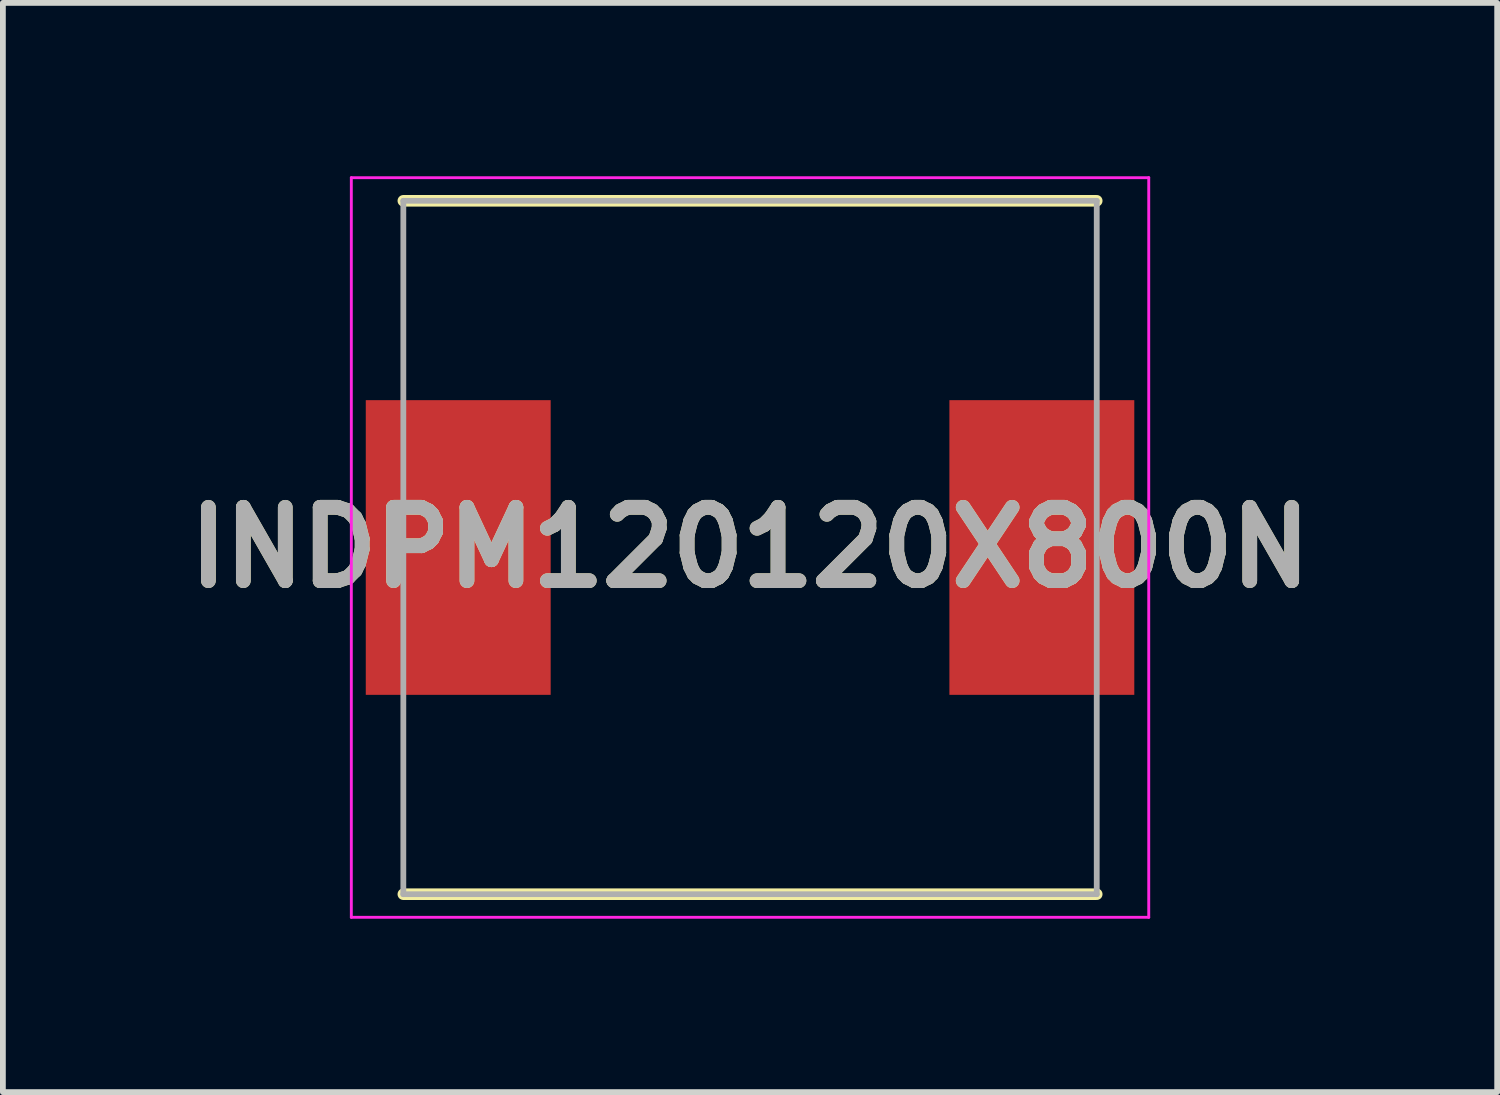
<source format=kicad_pcb>
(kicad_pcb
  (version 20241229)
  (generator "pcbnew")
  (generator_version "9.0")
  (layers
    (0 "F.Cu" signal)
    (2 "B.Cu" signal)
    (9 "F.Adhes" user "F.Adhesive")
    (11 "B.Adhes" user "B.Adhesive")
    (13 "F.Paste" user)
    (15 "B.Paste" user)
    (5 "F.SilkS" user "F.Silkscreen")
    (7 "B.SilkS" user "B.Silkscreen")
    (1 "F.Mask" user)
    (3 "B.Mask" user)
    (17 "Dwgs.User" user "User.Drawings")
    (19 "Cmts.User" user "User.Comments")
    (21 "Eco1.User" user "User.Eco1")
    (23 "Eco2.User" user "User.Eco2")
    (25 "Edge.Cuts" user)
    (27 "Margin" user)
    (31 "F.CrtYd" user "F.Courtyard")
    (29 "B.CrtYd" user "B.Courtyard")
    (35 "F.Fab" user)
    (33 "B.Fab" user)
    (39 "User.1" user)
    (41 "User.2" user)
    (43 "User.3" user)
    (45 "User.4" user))
  (footprint "INDPM120120X800N"
    (layer "F.Cu")
    (at 9.93 6.425)
    (property "Reference" "INDPM120120X800N" (at 0 0 0) (layer "F.SilkS") (effects (font (size 1.27 1.27) (thickness 0.254))))
    (attr smd)
    (fp_line (start -6 6) (end 6 6) (stroke (width 0.2) (type solid)) (layer "F.SilkS"))
    (fp_line (start 6 -6) (end -6 -6) (stroke (width 0.2) (type solid)) (layer "F.SilkS"))
    (fp_line (start -6.9 -6.4) (end 6.9 -6.4) (stroke (width 0.05) (type solid)) (layer "F.CrtYd"))
    (fp_line (start -6.9 6.4) (end -6.9 -6.4) (stroke (width 0.05) (type solid)) (layer "F.CrtYd"))
    (fp_line (start 6.9 -6.4) (end 6.9 6.4) (stroke (width 0.05) (type solid)) (layer "F.CrtYd"))
    (fp_line (start 6.9 6.4) (end -6.9 6.4) (stroke (width 0.05) (type solid)) (layer "F.CrtYd"))
    (fp_line (start -6 -6) (end 6 -6) (stroke (width 0.1) (type solid)) (layer "F.Fab"))
    (fp_line (start -6 6) (end -6 -6) (stroke (width 0.1) (type solid)) (layer "F.Fab"))
    (fp_line (start 6 -6) (end 6 6) (stroke (width 0.1) (type solid)) (layer "F.Fab"))
    (fp_line (start 6 6) (end -6 6) (stroke (width 0.1) (type solid)) (layer "F.Fab"))
    (fp_text user "${REFERENCE}" (at 0 0 0) (layer "F.Fab") (effects (font (size 1.27 1.27) (thickness 0.254))))
    (pad "1" smd rect (at -5.05 0) (size 3.2 5.1) (layers "F.Cu" "F.Mask" "F.Paste"))
    (pad "2" smd rect (at 5.05 0) (size 3.2 5.1) (layers "F.Cu" "F.Mask" "F.Paste")))
  (gr_rect
    (start -3 -3)
    (end 22.86 15.85)
    (stroke (width 0.1) (type default))
    (fill no)
    (layer "Edge.Cuts")))
</source>
